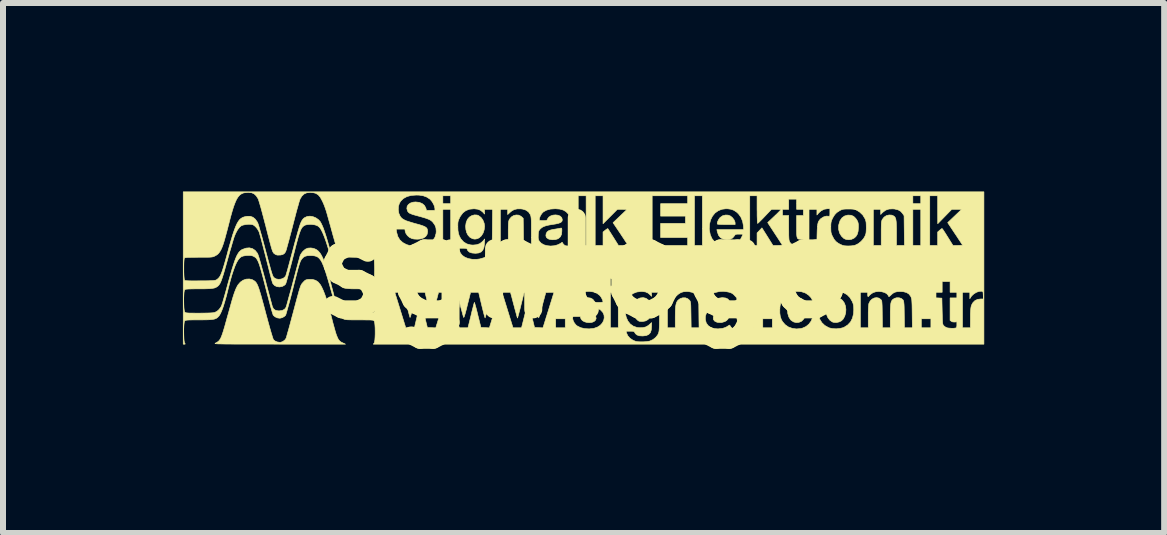
<source format=kicad_pcb>
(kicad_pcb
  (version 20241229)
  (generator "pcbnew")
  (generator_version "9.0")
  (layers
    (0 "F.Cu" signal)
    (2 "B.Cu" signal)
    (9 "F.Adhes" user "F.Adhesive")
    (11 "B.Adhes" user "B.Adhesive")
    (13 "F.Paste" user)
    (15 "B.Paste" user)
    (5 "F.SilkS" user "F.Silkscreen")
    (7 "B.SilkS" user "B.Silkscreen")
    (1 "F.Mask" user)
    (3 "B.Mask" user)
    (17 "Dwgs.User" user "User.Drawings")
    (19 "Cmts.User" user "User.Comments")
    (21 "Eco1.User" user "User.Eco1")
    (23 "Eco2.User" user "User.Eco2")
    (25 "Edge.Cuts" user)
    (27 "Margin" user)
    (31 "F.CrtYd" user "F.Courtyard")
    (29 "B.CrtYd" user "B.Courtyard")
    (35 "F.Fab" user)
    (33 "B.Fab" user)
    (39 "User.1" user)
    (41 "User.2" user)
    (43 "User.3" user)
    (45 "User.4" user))
  (footprint "sgnlogo"
    (layer "F.Cu")
    (at 6.675 1.418)
    (property "Reference" "sgnlogo" (at 0 0 0) (layer "F.SilkS") (effects (font (size 1.524 1.524) (thickness 0.3))))
    (attr through_hole)
    (fp_poly (pts (xy 2.415 -0.881) (xy 2.452 -0.867) (xy 2.486 -0.839) (xy 2.513 -0.804) (xy 2.529 -0.766) (xy 2.531 -0.748) (xy 2.531 -0.724) (xy 2.385 -0.724) (xy 2.335 -0.725) (xy 2.292 -0.726) (xy 2.258 -0.728) (xy 2.239 -0.731) (xy 2.235 -0.732) (xy 2.233 -0.75) (xy 2.241 -0.777) (xy 2.256 -0.808) (xy 2.275 -0.835) (xy 2.282 -0.842) (xy 2.323 -0.871) (xy 2.372 -0.883) (xy 2.415 -0.881)) (stroke (width 0.01) (type solid)) (fill yes) (layer "F.SilkS"))
    (fp_poly (pts (xy 4.257 0.501) (xy 4.302 0.523) (xy 4.321 0.54) (xy 4.352 0.583) (xy 4.371 0.635) (xy 4.378 0.692) (xy 4.374 0.75) (xy 4.358 0.805) (xy 4.332 0.852) (xy 4.304 0.88) (xy 4.266 0.899) (xy 4.222 0.909) (xy 4.178 0.907) (xy 4.153 0.9) (xy 4.11 0.87) (xy 4.077 0.827) (xy 4.055 0.774) (xy 4.045 0.714) (xy 4.049 0.652) (xy 4.06 0.609) (xy 4.085 0.561) (xy 4.12 0.526) (xy 4.163 0.503) (xy 4.21 0.495) (xy 4.257 0.501)) (stroke (width 0.01) (type solid)) (fill yes) (layer "F.SilkS"))
    (fp_poly (pts (xy 1.044 0.505) (xy 1.082 0.531) (xy 1.111 0.571) (xy 1.13 0.622) (xy 1.137 0.685) (xy 1.137 0.707) (xy 1.127 0.774) (xy 1.108 0.825) (xy 1.077 0.861) (xy 1.036 0.883) (xy 0.993 0.891) (xy 0.961 0.891) (xy 0.935 0.888) (xy 0.926 0.885) (xy 0.901 0.867) (xy 0.874 0.838) (xy 0.851 0.805) (xy 0.838 0.774) (xy 0.828 0.712) (xy 0.83 0.653) (xy 0.845 0.599) (xy 0.87 0.553) (xy 0.905 0.519) (xy 0.946 0.5) (xy 0.998 0.494) (xy 1.044 0.505)) (stroke (width 0.01) (type solid)) (fill yes) (layer "F.SilkS"))
    (fp_poly (pts (xy 2.436 0.712) (xy 2.437 0.727) (xy 2.435 0.756) (xy 2.434 0.765) (xy 2.427 0.815) (xy 2.412 0.851) (xy 2.388 0.877) (xy 2.358 0.894) (xy 2.302 0.91) (xy 2.243 0.907) (xy 2.223 0.902) (xy 2.188 0.884) (xy 2.169 0.857) (xy 2.167 0.823) (xy 2.177 0.791) (xy 2.191 0.773) (xy 2.211 0.758) (xy 2.241 0.747) (xy 2.284 0.737) (xy 2.325 0.73) (xy 2.363 0.723) (xy 2.396 0.717) (xy 2.418 0.711) (xy 2.421 0.71) (xy 2.431 0.707) (xy 2.436 0.712)) (stroke (width 0.01) (type solid)) (fill yes) (layer "F.SilkS"))
    (fp_poly (pts (xy -1.772 -0.883) (xy -1.747 -0.874) (xy -1.706 -0.843) (xy -1.674 -0.799) (xy -1.653 -0.746) (xy -1.646 -0.695) (xy -1.653 -0.636) (xy -1.671 -0.582) (xy -1.699 -0.537) (xy -1.735 -0.504) (xy -1.767 -0.489) (xy -1.794 -0.483) (xy -1.813 -0.482) (xy -1.835 -0.486) (xy -1.85 -0.49) (xy -1.889 -0.511) (xy -1.921 -0.545) (xy -1.945 -0.591) (xy -1.958 -0.643) (xy -1.962 -0.698) (xy -1.954 -0.754) (xy -1.934 -0.806) (xy -1.93 -0.813) (xy -1.9 -0.848) (xy -1.861 -0.872) (xy -1.816 -0.885) (xy -1.772 -0.883)) (stroke (width 0.01) (type solid)) (fill yes) (layer "F.SilkS"))
    (fp_poly (pts (xy -0.361 -0.662) (xy -0.358 -0.646) (xy -0.358 -0.615) (xy -0.358 -0.615) (xy -0.363 -0.562) (xy -0.382 -0.521) (xy -0.414 -0.493) (xy -0.426 -0.486) (xy -0.467 -0.474) (xy -0.516 -0.471) (xy -0.562 -0.478) (xy -0.581 -0.484) (xy -0.611 -0.505) (xy -0.624 -0.535) (xy -0.62 -0.571) (xy -0.616 -0.579) (xy -0.603 -0.602) (xy -0.582 -0.619) (xy -0.55 -0.632) (xy -0.504 -0.643) (xy -0.47 -0.648) (xy -0.433 -0.654) (xy -0.401 -0.66) (xy -0.38 -0.664) (xy -0.379 -0.664) (xy -0.367 -0.666) (xy -0.361 -0.662)) (stroke (width 0.01) (type solid)) (fill yes) (layer "F.SilkS"))
    (fp_poly (pts (xy 4.465 -0.879) (xy 4.507 -0.861) (xy 4.542 -0.827) (xy 4.558 -0.804) (xy 4.572 -0.78) (xy 4.58 -0.758) (xy 4.585 -0.733) (xy 4.586 -0.699) (xy 4.586 -0.678) (xy 4.582 -0.614) (xy 4.568 -0.563) (xy 4.544 -0.524) (xy 4.514 -0.498) (xy 4.474 -0.479) (xy 4.428 -0.471) (xy 4.382 -0.476) (xy 4.346 -0.491) (xy 4.304 -0.531) (xy 4.273 -0.582) (xy 4.257 -0.641) (xy 4.256 -0.703) (xy 4.261 -0.728) (xy 4.281 -0.79) (xy 4.313 -0.836) (xy 4.354 -0.866) (xy 4.406 -0.881) (xy 4.414 -0.882) (xy 4.465 -0.879)) (stroke (width 0.01) (type solid)) (fill yes) (layer "F.SilkS"))
    (fp_poly (pts (xy -5.518 0.195) (xy -5.481 0.217) (xy -5.468 0.228) (xy -5.456 0.242) (xy -5.445 0.259) (xy -5.433 0.282) (xy -5.421 0.311) (xy -5.407 0.35) (xy -5.392 0.398) (xy -5.374 0.458) (xy -5.354 0.531) (xy -5.33 0.618) (xy -5.302 0.723) (xy -5.297 0.743) (xy -5.273 0.831) (xy -5.251 0.913) (xy -5.23 0.988) (xy -5.211 1.055) (xy -5.194 1.111) (xy -5.181 1.154) (xy -5.171 1.183) (xy -5.166 1.195) (xy -5.14 1.217) (xy -5.103 1.233) (xy -5.063 1.239) (xy -5.043 1.238) (xy -5.008 1.225) (xy -4.975 1.199) (xy -4.957 1.174) (xy -4.952 1.162) (xy -4.944 1.133) (xy -4.932 1.09) (xy -4.916 1.035) (xy -4.898 0.97) (xy -4.878 0.896) (xy -4.857 0.816) (xy -4.844 0.769) (xy -4.816 0.664) (xy -4.792 0.574) (xy -4.772 0.5) (xy -4.755 0.439) (xy -4.742 0.391) (xy -4.73 0.352) (xy -4.72 0.322) (xy -4.712 0.299) (xy -4.704 0.282) (xy -4.696 0.268) (xy -4.688 0.257) (xy -4.679 0.247) (xy -4.67 0.237) (xy -4.647 0.213) (xy -4.628 0.2) (xy -4.605 0.193) (xy -4.575 0.19) (xy -4.513 0.191) (xy -4.462 0.206) (xy -4.419 0.235) (xy -4.382 0.281) (xy -4.361 0.319) (xy -4.337 0.371) (xy -4.313 0.431) (xy -4.288 0.502) (xy -4.263 0.585) (xy -4.235 0.683) (xy -4.205 0.797) (xy -4.2 0.814) (xy -4.176 0.91) (xy -4.154 0.989) (xy -4.136 1.054) (xy -4.12 1.106) (xy -4.104 1.146) (xy -4.09 1.178) (xy -4.075 1.201) (xy -4.059 1.219) (xy -4.041 1.233) (xy -4.02 1.244) (xy -4.013 1.247) (xy -3.965 1.27) (xy -5.066 1.27) (xy -5.233 1.269) (xy -5.382 1.269) (xy -5.514 1.269) (xy -5.631 1.269) (xy -5.732 1.269) (xy -5.82 1.269) (xy -5.894 1.268) (xy -5.957 1.268) (xy -6.008 1.267) (xy -6.049 1.266) (xy -6.082 1.266) (xy -6.106 1.264) (xy -6.123 1.263) (xy -6.133 1.262) (xy -6.139 1.26) (xy -6.14 1.258) (xy -6.138 1.255) (xy -6.134 1.253) (xy -6.13 1.251) (xy -6.109 1.24) (xy -6.091 1.228) (xy -6.075 1.214) (xy -6.061 1.196) (xy -6.046 1.172) (xy -6.032 1.14) (xy -6.017 1.099) (xy -6 1.047) (xy -5.981 0.983) (xy -5.959 0.904) (xy -5.933 0.81) (xy -5.923 0.776) (xy -5.895 0.675) (xy -5.871 0.589) (xy -5.851 0.518) (xy -5.833 0.46) (xy -5.817 0.412) (xy -5.802 0.373) (xy -5.789 0.341) (xy -5.775 0.313) (xy -5.761 0.288) (xy -5.756 0.28) (xy -5.718 0.236) (xy -5.672 0.204) (xy -5.621 0.186) (xy -5.568 0.183) (xy -5.518 0.195)) (stroke (width 0.01) (type solid)) (fill yes) (layer "F.SilkS"))
    (fp_poly (pts (xy 6.679 1.27) (xy -3.501 1.27) (xy -3.486 1.249) (xy -3.48 1.23) (xy -3.475 1.197) (xy -3.472 1.153) (xy -3.47 1.102) (xy -3.47 1.049) (xy -3.471 0.997) (xy -3.474 0.951) (xy -3.478 0.914) (xy -3.484 0.89) (xy -3.486 0.886) (xy -3.491 0.88) (xy -3.497 0.875) (xy -3.507 0.871) (xy -3.524 0.869) (xy -3.548 0.867) (xy -3.583 0.866) (xy -3.631 0.866) (xy -3.695 0.865) (xy -3.733 0.865) (xy -3.806 0.865) (xy -3.862 0.865) (xy -3.905 0.864) (xy -3.936 0.863) (xy -3.96 0.86) (xy -3.977 0.857) (xy -3.991 0.852) (xy -4.005 0.846) (xy -4.008 0.844) (xy -4.026 0.834) (xy -4.043 0.823) (xy -4.057 0.809) (xy -4.071 0.79) (xy -4.084 0.765) (xy -4.098 0.732) (xy -4.114 0.689) (xy -4.131 0.635) (xy -4.151 0.567) (xy -4.174 0.485) (xy -4.199 0.395) (xy -4.233 0.275) (xy -4.263 0.172) (xy -4.29 0.085) (xy -4.314 0.012) (xy -4.337 -0.047) (xy -4.358 -0.095) (xy -4.38 -0.133) (xy -4.403 -0.161) (xy -4.426 -0.181) (xy -4.452 -0.194) (xy -4.481 -0.202) (xy -4.513 -0.206) (xy -4.55 -0.207) (xy -4.55 -0.207) (xy -4.6 -0.205) (xy -4.636 -0.196) (xy -4.665 -0.18) (xy -4.691 -0.153) (xy -4.694 -0.149) (xy -4.702 -0.138) (xy -4.709 -0.126) (xy -4.717 -0.111) (xy -4.724 -0.092) (xy -4.733 -0.067) (xy -4.743 -0.035) (xy -4.755 0.007) (xy -4.769 0.06) (xy -4.786 0.125) (xy -4.807 0.205) (xy -4.831 0.3) (xy -4.844 0.353) (xy -4.866 0.439) (xy -4.887 0.52) (xy -4.907 0.593) (xy -4.925 0.658) (xy -4.94 0.712) (xy -4.952 0.753) (xy -4.96 0.78) (xy -4.964 0.789) (xy -4.987 0.81) (xy -5.02 0.828) (xy -5.056 0.837) (xy -5.066 0.837) (xy -5.103 0.831) (xy -5.139 0.814) (xy -5.166 0.791) (xy -5.17 0.786) (xy -5.175 0.773) (xy -5.185 0.742) (xy -5.198 0.698) (xy -5.214 0.641) (xy -5.232 0.573) (xy -5.252 0.497) (xy -5.274 0.415) (xy -5.292 0.343) (xy -5.32 0.234) (xy -5.344 0.141) (xy -5.365 0.064) (xy -5.383 0.001) (xy -5.399 -0.051) (xy -5.414 -0.092) (xy -5.428 -0.123) (xy -5.442 -0.147) (xy -5.456 -0.166) (xy -5.472 -0.179) (xy -5.489 -0.19) (xy -5.508 -0.199) (xy -5.513 -0.201) (xy -5.542 -0.208) (xy -5.583 -0.209) (xy -5.627 -0.207) (xy -5.667 -0.2) (xy -5.697 -0.19) (xy -5.698 -0.19) (xy -5.726 -0.169) (xy -5.753 -0.137) (xy -5.78 -0.092) (xy -5.806 -0.034) (xy -5.833 0.039) (xy -5.862 0.127) (xy -5.891 0.232) (xy -5.922 0.353) (xy -5.95 0.465) (xy -5.978 0.563) (xy -6.003 0.645) (xy -6.028 0.712) (xy -6.05 0.762) (xy -6.07 0.794) (xy -6.07 0.795) (xy -6.088 0.815) (xy -6.106 0.831) (xy -6.126 0.843) (xy -6.151 0.852) (xy -6.183 0.858) (xy -6.225 0.862) (xy -6.279 0.864) (xy -6.348 0.865) (xy -6.403 0.865) (xy -6.476 0.865) (xy -6.533 0.866) (xy -6.575 0.867) (xy -6.605 0.869) (xy -6.625 0.872) (xy -6.638 0.875) (xy -6.645 0.88) (xy -6.646 0.88) (xy -6.652 0.896) (xy -6.656 0.926) (xy -6.66 0.968) (xy -6.662 1.017) (xy -6.662 1.069) (xy -6.661 1.122) (xy -6.659 1.171) (xy -6.656 1.212) (xy -6.651 1.241) (xy -6.646 1.255) (xy -6.636 1.266) (xy -6.643 1.27) (xy -6.65 1.27) (xy -6.67 1.27) (xy -6.67 0.553) (xy -6.662 0.553) (xy -6.661 0.605) (xy -6.659 0.653) (xy -6.655 0.694) (xy -6.65 0.723) (xy -6.645 0.735) (xy -6.639 0.741) (xy -6.629 0.745) (xy -6.615 0.748) (xy -6.592 0.75) (xy -6.56 0.752) (xy -6.515 0.752) (xy -6.455 0.753) (xy -6.407 0.753) (xy -6.333 0.752) (xy -6.268 0.751) (xy -6.213 0.749) (xy -6.173 0.746) (xy -6.149 0.742) (xy -6.148 0.742) (xy -6.108 0.723) (xy -6.071 0.69) (xy -6.041 0.648) (xy -6.028 0.62) (xy -6.022 0.601) (xy -6.011 0.567) (xy -5.997 0.519) (xy -5.98 0.46) (xy -5.961 0.393) (xy -5.941 0.319) (xy -5.922 0.249) (xy -5.89 0.137) (xy -5.863 0.041) (xy -5.838 -0.039) (xy -5.816 -0.106) (xy -5.796 -0.161) (xy -5.777 -0.204) (xy -5.758 -0.238) (xy -5.74 -0.265) (xy -5.72 -0.285) (xy -5.7 -0.301) (xy -5.685 -0.309) (xy -5.624 -0.331) (xy -5.568 -0.336) (xy -5.516 -0.323) (xy -5.471 -0.293) (xy -5.434 -0.247) (xy -5.427 -0.233) (xy -5.421 -0.216) (xy -5.41 -0.184) (xy -5.396 -0.137) (xy -5.379 -0.078) (xy -5.36 -0.009) (xy -5.339 0.068) (xy -5.316 0.151) (xy -5.3 0.21) (xy -5.278 0.295) (xy -5.256 0.376) (xy -5.236 0.45) (xy -5.219 0.515) (xy -5.204 0.569) (xy -5.193 0.611) (xy -5.185 0.638) (xy -5.183 0.647) (xy -5.164 0.682) (xy -5.134 0.704) (xy -5.091 0.714) (xy -5.071 0.715) (xy -5.019 0.708) (xy -4.981 0.688) (xy -4.958 0.659) (xy -4.954 0.647) (xy -4.945 0.619) (xy -4.933 0.576) (xy -4.918 0.52) (xy -4.9 0.454) (xy -4.879 0.38) (xy -4.857 0.299) (xy -4.84 0.234) (xy -4.817 0.149) (xy -4.796 0.068) (xy -4.776 -0.006) (xy -4.758 -0.072) (xy -4.743 -0.127) (xy -4.731 -0.169) (xy -4.724 -0.197) (xy -4.721 -0.206) (xy -4.709 -0.231) (xy -4.688 -0.261) (xy -4.673 -0.279) (xy -4.634 -0.313) (xy -4.592 -0.331) (xy -4.543 -0.334) (xy -4.509 -0.329) (xy -4.476 -0.319) (xy -4.446 -0.304) (xy -4.418 -0.282) (xy -4.391 -0.251) (xy -4.366 -0.211) (xy -4.341 -0.16) (xy -4.315 -0.097) (xy -4.289 -0.02) (xy -4.261 0.071) (xy -4.231 0.177) (xy -4.198 0.302) (xy -4.196 0.31) (xy -4.172 0.4) (xy -4.153 0.474) (xy -4.136 0.533) (xy -4.122 0.579) (xy -4.109 0.615) (xy -4.097 0.643) (xy -4.086 0.664) (xy -4.074 0.681) (xy -4.062 0.694) (xy -4.043 0.711) (xy -4.024 0.725) (xy -4.004 0.735) (xy -3.979 0.742) (xy -3.946 0.747) (xy -3.904 0.75) (xy -3.85 0.752) (xy -3.781 0.753) (xy -3.735 0.753) (xy -3.664 0.753) (xy -3.609 0.752) (xy -3.568 0.751) (xy -3.539 0.75) (xy -3.519 0.748) (xy -3.506 0.744) (xy -3.497 0.74) (xy -3.49 0.734) (xy -3.483 0.726) (xy -3.478 0.715) (xy -3.475 0.699) (xy -3.473 0.675) (xy -3.472 0.639) (xy -3.471 0.589) (xy -3.471 0.552) (xy -3.472 0.49) (xy -3.473 0.444) (xy -3.475 0.414) (xy -3.14 0.414) (xy -3.14 0.416) (xy -3.136 0.428) (xy -3.128 0.455) (xy -3.115 0.496) (xy -3.099 0.548) (xy -3.08 0.609) (xy -3.059 0.677) (xy -3.048 0.713) (xy -2.96 0.997) (xy -2.816 0.997) (xy -2.766 0.786) (xy -2.751 0.725) (xy -2.738 0.672) (xy -2.726 0.628) (xy -2.717 0.595) (xy -2.711 0.577) (xy -2.71 0.574) (xy -2.706 0.583) (xy -2.699 0.607) (xy -2.688 0.645) (xy -2.675 0.693) (xy -2.661 0.749) (xy -2.652 0.783) (xy -2.6 0.992) (xy -2.53 0.995) (xy -2.46 0.998) (xy -2.372 0.713) (xy -2.35 0.643) (xy -2.33 0.578) (xy -2.312 0.521) (xy -2.297 0.474) (xy -2.287 0.44) (xy -2.28 0.42) (xy -2.279 0.416) (xy -2.28 0.414) (xy -2.246 0.414) (xy -2.246 0.416) (xy -2.242 0.428) (xy -2.234 0.455) (xy -2.221 0.496) (xy -2.205 0.548) (xy -2.186 0.609) (xy -2.165 0.677) (xy -2.154 0.713) (xy -2.066 0.997) (xy -1.923 0.997) (xy -1.871 0.786) (xy -1.857 0.725) (xy -1.843 0.672) (xy -1.832 0.628) (xy -1.823 0.595) (xy -1.817 0.577) (xy -1.815 0.574) (xy -1.812 0.583) (xy -1.805 0.607) (xy -1.794 0.645) (xy -1.781 0.693) (xy -1.767 0.749) (xy -1.759 0.783) (xy -1.707 0.992) (xy -1.566 0.998) (xy -1.478 0.713) (xy -1.456 0.643) (xy -1.436 0.578) (xy -1.418 0.521) (xy -1.404 0.474) (xy -1.393 0.44) (xy -1.386 0.42) (xy -1.385 0.416) (xy -1.386 0.413) (xy -1.353 0.413) (xy -1.352 0.416) (xy -1.348 0.428) (xy -1.34 0.455) (xy -1.327 0.496) (xy -1.311 0.548) (xy -1.292 0.609) (xy -1.271 0.677) (xy -1.26 0.713) (xy -1.172 0.997) (xy -1.03 0.997) (xy -0.979 0.793) (xy -0.964 0.733) (xy -0.951 0.679) (xy -0.939 0.634) (xy -0.93 0.601) (xy -0.925 0.582) (xy -0.923 0.579) (xy -0.92 0.585) (xy -0.912 0.607) (xy -0.902 0.642) (xy -0.889 0.689) (xy -0.875 0.744) (xy -0.865 0.781) (xy -0.813 0.992) (xy -0.743 0.995) (xy -0.673 0.998) (xy -0.626 0.847) (xy -0.461 0.847) (xy -0.461 0.997) (xy -0.301 0.997) (xy -0.301 0.847) (xy -0.461 0.847) (xy -0.626 0.847) (xy -0.622 0.834) (xy -0.179 0.834) (xy -0.171 0.872) (xy -0.152 0.912) (xy -0.124 0.948) (xy -0.102 0.966) (xy -0.044 0.995) (xy 0.024 1.011) (xy 0.099 1.015) (xy 0.174 1.007) (xy 0.177 1.006) (xy 0.235 0.986) (xy 0.282 0.956) (xy 0.317 0.918) (xy 0.34 0.875) (xy 0.349 0.829) (xy 0.345 0.783) (xy 0.325 0.739) (xy 0.289 0.701) (xy 0.275 0.691) (xy 0.255 0.681) (xy 0.221 0.668) (xy 0.177 0.655) (xy 0.129 0.642) (xy 0.126 0.641) (xy 0.069 0.627) (xy 0.029 0.614) (xy 0.002 0.602) (xy -0.016 0.591) (xy -0.017 0.589) (xy -0.034 0.564) (xy -0.033 0.54) (xy -0.018 0.519) (xy 0.011 0.504) (xy 0.052 0.495) (xy 0.077 0.495) (xy 0.123 0.502) (xy 0.159 0.522) (xy 0.181 0.551) (xy 0.188 0.563) (xy 0.198 0.57) (xy 0.216 0.573) (xy 0.247 0.574) (xy 0.26 0.574) (xy 0.297 0.573) (xy 0.321 0.569) (xy 0.329 0.564) (xy 0.324 0.542) (xy 0.311 0.512) (xy 0.293 0.481) (xy 0.275 0.458) (xy 0.228 0.422) (xy 0.183 0.405) (xy 0.452 0.405) (xy 0.452 0.997) (xy 0.583 0.997) (xy 0.583 0.668) (xy 0.698 0.668) (xy 0.7 0.75) (xy 0.716 0.823) (xy 0.744 0.885) (xy 0.783 0.934) (xy 0.834 0.97) (xy 0.894 0.991) (xy 0.932 0.996) (xy 0.991 0.995) (xy 1.04 0.983) (xy 1.082 0.96) (xy 1.102 0.943) (xy 1.138 0.91) (xy 1.138 0.974) (xy 1.133 1.033) (xy 1.118 1.078) (xy 1.09 1.108) (xy 1.05 1.126) (xy 0.995 1.133) (xy 0.987 1.133) (xy 0.934 1.13) (xy 0.896 1.117) (xy 0.869 1.095) (xy 0.86 1.08) (xy 0.851 1.066) (xy 0.841 1.058) (xy 0.824 1.055) (xy 0.794 1.054) (xy 0.78 1.054) (xy 0.713 1.054) (xy 0.719 1.079) (xy 0.741 1.129) (xy 0.778 1.171) (xy 0.829 1.205) (xy 0.875 1.224) (xy 0.906 1.229) (xy 0.949 1.231) (xy 0.998 1.231) (xy 1.047 1.228) (xy 1.089 1.222) (xy 1.109 1.218) (xy 1.161 1.194) (xy 1.207 1.158) (xy 1.241 1.115) (xy 1.255 1.084) (xy 1.259 1.069) (xy 1.263 1.05) (xy 1.265 1.025) (xy 1.267 0.991) (xy 1.269 0.946) (xy 1.269 0.889) (xy 1.27 0.818) (xy 1.27 0.729) (xy 1.27 0.405) (xy 1.402 0.405) (xy 1.402 0.997) (xy 1.533 0.997) (xy 1.533 0.823) (xy 1.534 0.745) (xy 1.536 0.684) (xy 1.54 0.637) (xy 1.547 0.6) (xy 1.556 0.572) (xy 1.569 0.55) (xy 1.58 0.537) (xy 1.616 0.51) (xy 1.658 0.497) (xy 1.702 0.497) (xy 1.741 0.512) (xy 1.772 0.539) (xy 1.779 0.549) (xy 1.784 0.56) (xy 1.787 0.576) (xy 1.79 0.598) (xy 1.792 0.629) (xy 1.793 0.673) (xy 1.794 0.731) (xy 1.795 0.781) (xy 1.798 0.997) (xy 1.93 0.997) (xy 1.928 0.858) (xy 2.034 0.858) (xy 2.048 0.91) (xy 2.051 0.919) (xy 2.082 0.961) (xy 2.126 0.992) (xy 2.181 1.01) (xy 2.246 1.015) (xy 2.318 1.007) (xy 2.323 1.006) (xy 2.359 0.995) (xy 2.394 0.979) (xy 2.404 0.972) (xy 2.425 0.959) (xy 2.439 0.952) (xy 2.44 0.952) (xy 2.46 0.982) (xy 2.475 0.999) (xy 2.49 1.008) (xy 2.507 1.012) (xy 2.538 1.014) (xy 2.574 1.013) (xy 2.582 1.012) (xy 2.625 1.005) (xy 2.625 0.959) (xy 2.624 0.931) (xy 2.62 0.918) (xy 2.61 0.913) (xy 2.601 0.913) (xy 2.588 0.911) (xy 2.577 0.903) (xy 2.57 0.888) (xy 2.565 0.864) (xy 2.561 0.827) (xy 2.56 0.777) (xy 2.559 0.712) (xy 2.559 0.682) (xy 2.559 0.499) (xy 2.529 0.466) (xy 2.501 0.437) (xy 2.471 0.418) (xy 2.433 0.404) (xy 2.387 0.395) (xy 2.336 0.389) (xy 2.285 0.391) (xy 2.256 0.395) (xy 2.186 0.412) (xy 2.131 0.441) (xy 2.091 0.48) (xy 2.065 0.532) (xy 2.06 0.551) (xy 2.053 0.583) (xy 2.12 0.583) (xy 2.155 0.583) (xy 2.176 0.58) (xy 2.188 0.574) (xy 2.197 0.562) (xy 2.201 0.552) (xy 2.224 0.522) (xy 2.261 0.503) (xy 2.311 0.495) (xy 2.326 0.495) (xy 2.376 0.501) (xy 2.411 0.518) (xy 2.432 0.544) (xy 2.436 0.58) (xy 2.433 0.597) (xy 2.426 0.612) (xy 2.41 0.624) (xy 2.385 0.634) (xy 2.347 0.643) (xy 2.293 0.652) (xy 2.274 0.655) (xy 2.21 0.665) (xy 2.161 0.676) (xy 2.124 0.689) (xy 2.095 0.706) (xy 2.08 0.718) (xy 2.051 0.757) (xy 2.035 0.805) (xy 2.034 0.858) (xy 1.928 0.858) (xy 1.927 0.754) (xy 1.924 0.511) (xy 1.898 0.472) (xy 1.862 0.432) (xy 1.817 0.406) (xy 1.76 0.394) (xy 1.726 0.392) (xy 1.671 0.396) (xy 1.626 0.41) (xy 1.585 0.436) (xy 1.564 0.454) (xy 1.533 0.483) (xy 1.533 0.405) (xy 1.402 0.405) (xy 1.27 0.405) (xy 1.138 0.405) (xy 1.138 0.473) (xy 1.116 0.449) (xy 1.079 0.418) (xy 1.037 0.399) (xy 0.983 0.392) (xy 0.964 0.391) (xy 0.893 0.4) (xy 0.832 0.424) (xy 0.78 0.463) (xy 0.74 0.515) (xy 0.713 0.58) (xy 0.699 0.657) (xy 0.698 0.668) (xy 0.583 0.668) (xy 0.583 0.405) (xy 0.452 0.405) (xy 0.183 0.405) (xy 0.169 0.399) (xy 0.1 0.39) (xy 0.022 0.394) (xy 0.015 0.395) (xy -0.054 0.412) (xy -0.106 0.438) (xy -0.143 0.475) (xy -0.163 0.521) (xy -0.167 0.542) (xy -0.167 0.59) (xy -0.154 0.632) (xy -0.127 0.667) (xy -0.085 0.696) (xy -0.027 0.721) (xy 0.049 0.743) (xy 0.094 0.752) (xy 0.147 0.767) (xy 0.185 0.788) (xy 0.208 0.812) (xy 0.214 0.841) (xy 0.203 0.87) (xy 0.178 0.893) (xy 0.142 0.907) (xy 0.1 0.911) (xy 0.056 0.907) (xy 0.016 0.895) (xy -0.017 0.875) (xy -0.038 0.848) (xy -0.041 0.84) (xy -0.05 0.809) (xy -0.114 0.809) (xy -0.148 0.809) (xy -0.167 0.811) (xy -0.176 0.817) (xy -0.179 0.827) (xy -0.179 0.834) (xy -0.622 0.834) (xy -0.584 0.713) (xy -0.562 0.643) (xy -0.542 0.578) (xy -0.524 0.521) (xy -0.51 0.474) (xy -0.499 0.44) (xy -0.493 0.42) (xy -0.491 0.416) (xy -0.493 0.41) (xy -0.507 0.406) (xy -0.534 0.406) (xy -0.556 0.406) (xy -0.625 0.409) (xy -0.682 0.618) (xy -0.698 0.678) (xy -0.713 0.731) (xy -0.726 0.776) (xy -0.736 0.809) (xy -0.742 0.828) (xy -0.744 0.831) (xy -0.747 0.824) (xy -0.754 0.801) (xy -0.764 0.764) (xy -0.776 0.716) (xy -0.79 0.66) (xy -0.8 0.62) (xy -0.851 0.405) (xy -0.986 0.405) (xy -1.04 0.621) (xy -1.055 0.682) (xy -1.069 0.735) (xy -1.081 0.78) (xy -1.09 0.812) (xy -1.096 0.831) (xy -1.098 0.834) (xy -1.101 0.824) (xy -1.109 0.799) (xy -1.119 0.761) (xy -1.132 0.714) (xy -1.147 0.659) (xy -1.148 0.653) (xy -1.164 0.595) (xy -1.178 0.541) (xy -1.19 0.495) (xy -1.199 0.46) (xy -1.205 0.44) (xy -1.205 0.44) (xy -1.214 0.405) (xy -1.285 0.405) (xy -1.323 0.405) (xy -1.345 0.408) (xy -1.353 0.413) (xy -1.386 0.413) (xy -1.387 0.41) (xy -1.4 0.406) (xy -1.428 0.406) (xy -1.45 0.406) (xy -1.519 0.409) (xy -1.576 0.618) (xy -1.592 0.678) (xy -1.607 0.731) (xy -1.62 0.776) (xy -1.63 0.809) (xy -1.636 0.828) (xy -1.637 0.832) (xy -1.641 0.824) (xy -1.648 0.801) (xy -1.658 0.764) (xy -1.67 0.717) (xy -1.684 0.661) (xy -1.694 0.62) (xy -1.745 0.405) (xy -1.879 0.405) (xy -1.934 0.623) (xy -1.952 0.696) (xy -1.967 0.752) (xy -1.979 0.791) (xy -1.987 0.815) (xy -1.993 0.824) (xy -1.996 0.823) (xy -2 0.808) (xy -2.009 0.779) (xy -2.02 0.737) (xy -2.034 0.686) (xy -2.049 0.63) (xy -2.051 0.621) (xy -2.066 0.564) (xy -2.079 0.513) (xy -2.091 0.47) (xy -2.099 0.439) (xy -2.103 0.422) (xy -2.104 0.421) (xy -2.109 0.412) (xy -2.122 0.407) (xy -2.146 0.405) (xy -2.179 0.405) (xy -2.217 0.405) (xy -2.239 0.408) (xy -2.246 0.414) (xy -2.28 0.414) (xy -2.282 0.41) (xy -2.298 0.406) (xy -2.33 0.405) (xy -2.344 0.405) (xy -2.413 0.405) (xy -2.468 0.614) (xy -2.485 0.674) (xy -2.499 0.728) (xy -2.512 0.773) (xy -2.522 0.807) (xy -2.528 0.826) (xy -2.53 0.83) (xy -2.534 0.823) (xy -2.541 0.801) (xy -2.551 0.765) (xy -2.564 0.717) (xy -2.578 0.661) (xy -2.587 0.621) (xy -2.639 0.405) (xy -2.706 0.405) (xy -2.773 0.405) (xy -2.828 0.62) (xy -2.844 0.68) (xy -2.858 0.733) (xy -2.871 0.775) (xy -2.881 0.806) (xy -2.887 0.823) (xy -2.889 0.825) (xy -2.893 0.813) (xy -2.901 0.785) (xy -2.912 0.745) (xy -2.925 0.696) (xy -2.94 0.64) (xy -2.944 0.626) (xy -2.959 0.568) (xy -2.972 0.516) (xy -2.984 0.472) (xy -2.992 0.44) (xy -2.997 0.423) (xy -2.997 0.421) (xy -3.003 0.412) (xy -3.016 0.407) (xy -3.04 0.405) (xy -3.073 0.405) (xy -3.111 0.405) (xy -3.133 0.408) (xy -3.14 0.414) (xy -3.475 0.414) (xy -3.475 0.412) (xy -3.478 0.389) (xy -3.483 0.375) (xy -3.486 0.369) (xy -3.491 0.362) (xy -3.498 0.357) (xy -3.508 0.354) (xy -3.525 0.351) (xy -3.55 0.349) (xy -3.586 0.349) (xy -3.636 0.348) (xy -3.701 0.348) (xy -3.722 0.348) (xy -3.803 0.348) (xy -3.867 0.347) (xy -3.918 0.344) (xy -3.957 0.34) (xy -3.987 0.334) (xy -4.011 0.325) (xy -4.031 0.313) (xy -4.049 0.297) (xy -4.056 0.29) (xy -4.069 0.276) (xy -4.081 0.259) (xy -4.093 0.237) (xy -4.104 0.209) (xy -4.117 0.172) (xy -4.131 0.125) (xy -4.147 0.065) (xy -4.167 -0.009) (xy -4.186 -0.085) (xy -4.22 -0.215) (xy -4.254 -0.331) (xy -4.286 -0.432) (xy -4.317 -0.519) (xy -4.346 -0.589) (xy -4.373 -0.642) (xy -4.398 -0.677) (xy -4.4 -0.679) (xy -4.432 -0.704) (xy -4.474 -0.719) (xy -4.528 -0.726) (xy -4.554 -0.727) (xy -4.6 -0.724) (xy -4.634 -0.716) (xy -4.649 -0.709) (xy -4.664 -0.699) (xy -4.677 -0.688) (xy -4.69 -0.673) (xy -4.702 -0.654) (xy -4.714 -0.629) (xy -4.727 -0.595) (xy -4.741 -0.553) (xy -4.757 -0.499) (xy -4.775 -0.433) (xy -4.797 -0.352) (xy -4.821 -0.256) (xy -4.841 -0.179) (xy -4.863 -0.092) (xy -4.885 -0.01) (xy -4.905 0.065) (xy -4.923 0.131) (xy -4.938 0.187) (xy -4.95 0.229) (xy -4.959 0.257) (xy -4.963 0.268) (xy -4.981 0.286) (xy -5.008 0.302) (xy -5.016 0.306) (xy -5.063 0.316) (xy -5.107 0.311) (xy -5.146 0.293) (xy -5.174 0.263) (xy -5.182 0.247) (xy -5.186 0.233) (xy -5.195 0.202) (xy -5.207 0.157) (xy -5.222 0.1) (xy -5.239 0.033) (xy -5.258 -0.043) (xy -5.279 -0.124) (xy -5.291 -0.174) (xy -5.313 -0.259) (xy -5.334 -0.339) (xy -5.353 -0.413) (xy -5.37 -0.478) (xy -5.385 -0.532) (xy -5.397 -0.573) (xy -5.405 -0.6) (xy -5.408 -0.607) (xy -5.435 -0.654) (xy -5.468 -0.692) (xy -5.501 -0.717) (xy -5.508 -0.72) (xy -5.541 -0.728) (xy -5.585 -0.729) (xy -5.631 -0.724) (xy -5.674 -0.715) (xy -5.702 -0.704) (xy -5.734 -0.677) (xy -5.766 -0.634) (xy -5.797 -0.576) (xy -5.818 -0.525) (xy -5.826 -0.501) (xy -5.838 -0.462) (xy -5.854 -0.409) (xy -5.872 -0.346) (xy -5.893 -0.276) (xy -5.914 -0.2) (xy -5.931 -0.139) (xy -5.958 -0.043) (xy -5.981 0.038) (xy -6 0.103) (xy -6.017 0.156) (xy -6.031 0.198) (xy -6.044 0.23) (xy -6.055 0.254) (xy -6.067 0.273) (xy -6.078 0.288) (xy -6.086 0.296) (xy -6.104 0.311) (xy -6.124 0.323) (xy -6.148 0.333) (xy -6.178 0.339) (xy -6.218 0.344) (xy -6.269 0.346) (xy -6.334 0.348) (xy -6.412 0.348) (xy -6.483 0.348) (xy -6.538 0.349) (xy -6.579 0.35) (xy -6.608 0.352) (xy -6.627 0.354) (xy -6.639 0.358) (xy -6.646 0.363) (xy -6.652 0.378) (xy -6.657 0.409) (xy -6.66 0.451) (xy -6.662 0.5) (xy -6.662 0.553) (xy -6.67 0.553) (xy -6.67 0.015) (xy -6.661 0.015) (xy -6.661 0.067) (xy -6.659 0.116) (xy -6.656 0.157) (xy -6.653 0.188) (xy -6.648 0.205) (xy -6.647 0.206) (xy -6.637 0.21) (xy -6.613 0.212) (xy -6.577 0.214) (xy -6.525 0.215) (xy -6.457 0.215) (xy -6.384 0.214) (xy -6.309 0.214) (xy -6.25 0.213) (xy -6.205 0.211) (xy -6.173 0.21) (xy -6.149 0.207) (xy -6.133 0.204) (xy -6.121 0.2) (xy -6.112 0.194) (xy -6.108 0.192) (xy -6.091 0.178) (xy -6.076 0.163) (xy -6.062 0.145) (xy -6.048 0.121) (xy -6.035 0.09) (xy -6.02 0.051) (xy -6.004 0.000327) (xy -5.985 -0.062) (xy -5.963 -0.139) (xy -5.937 -0.232) (xy -5.933 -0.249) (xy -5.9 -0.369) (xy -5.87 -0.471) (xy -5.844 -0.558) (xy -5.819 -0.631) (xy -5.796 -0.691) (xy -5.774 -0.739) (xy -5.752 -0.777) (xy -5.73 -0.806) (xy -5.706 -0.827) (xy -5.679 -0.843) (xy -5.65 -0.853) (xy -5.618 -0.86) (xy -5.605 -0.862) (xy -5.553 -0.862) (xy -5.508 -0.846) (xy -5.469 -0.814) (xy -5.434 -0.765) (xy -5.428 -0.752) (xy -5.422 -0.736) (xy -5.411 -0.703) (xy -5.398 -0.657) (xy -5.381 -0.598) (xy -5.361 -0.529) (xy -5.34 -0.451) (xy -5.317 -0.367) (xy -5.297 -0.29) (xy -5.27 -0.19) (xy -5.248 -0.107) (xy -5.229 -0.039) (xy -5.214 0.016) (xy -5.201 0.059) (xy -5.191 0.092) (xy -5.182 0.117) (xy -5.175 0.134) (xy -5.168 0.147) (xy -5.161 0.156) (xy -5.155 0.162) (xy -5.121 0.182) (xy -5.081 0.189) (xy -5.039 0.185) (xy -5 0.17) (xy -4.971 0.145) (xy -4.959 0.126) (xy -4.955 0.111) (xy -4.946 0.081) (xy -4.933 0.036) (xy -4.917 -0.022) (xy -4.899 -0.089) (xy -4.878 -0.166) (xy -4.856 -0.248) (xy -4.836 -0.323) (xy -4.808 -0.428) (xy -4.783 -0.516) (xy -4.763 -0.59) (xy -4.745 -0.65) (xy -4.73 -0.699) (xy -4.717 -0.737) (xy -4.704 -0.767) (xy -4.692 -0.79) (xy -4.68 -0.807) (xy -4.668 -0.822) (xy -4.654 -0.834) (xy -4.646 -0.839) (xy -4.606 -0.858) (xy -4.558 -0.864) (xy -4.508 -0.856) (xy -4.459 -0.836) (xy -4.416 -0.806) (xy -4.387 -0.774) (xy -4.37 -0.744) (xy -4.352 -0.706) (xy -4.332 -0.658) (xy -4.311 -0.597) (xy -4.287 -0.524) (xy -4.261 -0.436) (xy -4.231 -0.332) (xy -4.207 -0.245) (xy -4.179 -0.145) (xy -4.154 -0.058) (xy -4.132 0.014) (xy -4.114 0.071) (xy -4.1 0.111) (xy -4.089 0.134) (xy -4.089 0.134) (xy -4.064 0.168) (xy -4.029 0.194) (xy -4.015 0.202) (xy -3.965 0.226) (xy -3.732 0.224) (xy -3.658 0.223) (xy -3.601 0.222) (xy -3.558 0.22) (xy -3.527 0.218) (xy -3.508 0.215) (xy -3.496 0.212) (xy -3.49 0.207) (xy -3.49 0.207) (xy -3.486 0.192) (xy -3.485 0.179) (xy 0.452 0.179) (xy 0.452 0.301) (xy 0.583 0.301) (xy 0.583 0.179) (xy 2.709 0.179) (xy 2.709 0.997) (xy 2.841 0.997) (xy 2.841 0.847) (xy 2.992 0.847) (xy 2.992 0.997) (xy 3.151 0.997) (xy 3.151 0.847) (xy 2.992 0.847) (xy 2.841 0.847) (xy 2.841 0.75) (xy 3.276 0.75) (xy 3.284 0.809) (xy 3.302 0.861) (xy 3.322 0.895) (xy 3.365 0.945) (xy 3.419 0.983) (xy 3.483 1.006) (xy 3.552 1.016) (xy 3.625 1.01) (xy 3.658 1.001) (xy 3.713 0.976) (xy 3.761 0.936) (xy 3.799 0.885) (xy 3.822 0.828) (xy 3.824 0.816) (xy 3.831 0.781) (xy 3.7 0.781) (xy 3.689 0.818) (xy 3.668 0.859) (xy 3.636 0.889) (xy 3.595 0.906) (xy 3.552 0.91) (xy 3.508 0.9) (xy 3.468 0.875) (xy 3.454 0.861) (xy 3.426 0.816) (xy 3.409 0.76) (xy 3.404 0.699) (xy 3.404 0.697) (xy 3.914 0.697) (xy 3.921 0.78) (xy 3.941 0.852) (xy 3.977 0.911) (xy 4.026 0.958) (xy 4.09 0.994) (xy 4.106 1) (xy 4.157 1.011) (xy 4.217 1.014) (xy 4.278 1.008) (xy 4.332 0.995) (xy 4.348 0.988) (xy 4.408 0.95) (xy 4.455 0.9) (xy 4.487 0.838) (xy 4.505 0.764) (xy 4.509 0.701) (xy 4.508 0.656) (xy 4.505 0.623) (xy 4.498 0.594) (xy 4.485 0.562) (xy 4.483 0.557) (xy 4.446 0.494) (xy 4.399 0.446) (xy 4.341 0.413) (xy 4.307 0.405) (xy 4.619 0.405) (xy 4.619 0.997) (xy 4.751 0.997) (xy 4.751 0.81) (xy 4.751 0.74) (xy 4.753 0.68) (xy 4.756 0.633) (xy 4.759 0.602) (xy 4.761 0.592) (xy 4.783 0.55) (xy 4.814 0.519) (xy 4.851 0.5) (xy 4.89 0.494) (xy 4.928 0.502) (xy 4.959 0.524) (xy 4.966 0.532) (xy 4.972 0.541) (xy 4.976 0.553) (xy 4.978 0.571) (xy 4.98 0.597) (xy 4.982 0.634) (xy 4.983 0.684) (xy 4.984 0.75) (xy 4.984 0.772) (xy 4.987 0.997) (xy 5.118 0.997) (xy 5.118 0.807) (xy 5.118 0.731) (xy 5.12 0.671) (xy 5.123 0.625) (xy 5.127 0.59) (xy 5.134 0.564) (xy 5.143 0.545) (xy 5.155 0.529) (xy 5.155 0.529) (xy 5.187 0.507) (xy 5.225 0.496) (xy 5.266 0.497) (xy 5.302 0.508) (xy 5.329 0.531) (xy 5.332 0.534) (xy 5.337 0.544) (xy 5.341 0.558) (xy 5.344 0.579) (xy 5.347 0.608) (xy 5.349 0.648) (xy 5.35 0.703) (xy 5.351 0.773) (xy 5.351 0.778) (xy 5.354 0.997) (xy 5.486 0.997) (xy 5.484 0.847) (xy 5.635 0.847) (xy 5.635 0.997) (xy 5.795 0.997) (xy 5.795 0.847) (xy 5.635 0.847) (xy 5.484 0.847) (xy 5.483 0.755) (xy 5.482 0.68) (xy 5.481 0.622) (xy 5.479 0.578) (xy 5.477 0.545) (xy 5.475 0.52) (xy 5.471 0.502) (xy 5.466 0.488) (xy 5.46 0.476) (xy 5.46 0.475) (xy 5.431 0.436) (xy 5.39 0.409) (xy 5.373 0.405) (xy 5.88 0.405) (xy 5.88 0.498) (xy 5.929 0.5) (xy 5.978 0.503) (xy 5.983 0.721) (xy 5.985 0.791) (xy 5.986 0.844) (xy 5.988 0.883) (xy 5.99 0.912) (xy 5.993 0.931) (xy 5.997 0.944) (xy 6.002 0.954) (xy 6.009 0.962) (xy 6.011 0.964) (xy 6.035 0.983) (xy 6.062 0.996) (xy 6.063 0.997) (xy 6.095 1.002) (xy 6.135 1.005) (xy 6.175 1.005) (xy 6.206 1.001) (xy 6.207 1.001) (xy 6.219 0.995) (xy 6.225 0.983) (xy 6.228 0.959) (xy 6.228 0.946) (xy 6.228 0.897) (xy 6.195 0.901) (xy 6.158 0.899) (xy 6.138 0.89) (xy 6.115 0.874) (xy 6.115 0.499) (xy 6.228 0.499) (xy 6.228 0.405) (xy 6.322 0.405) (xy 6.322 0.997) (xy 6.453 0.997) (xy 6.454 0.84) (xy 6.454 0.767) (xy 6.457 0.711) (xy 6.461 0.667) (xy 6.468 0.633) (xy 6.479 0.606) (xy 6.493 0.583) (xy 6.497 0.576) (xy 6.532 0.542) (xy 6.575 0.523) (xy 6.623 0.517) (xy 6.671 0.517) (xy 6.668 0.454) (xy 6.666 0.42) (xy 6.663 0.401) (xy 6.656 0.391) (xy 6.645 0.388) (xy 6.642 0.387) (xy 6.601 0.389) (xy 6.555 0.405) (xy 6.512 0.431) (xy 6.476 0.464) (xy 6.462 0.483) (xy 6.444 0.513) (xy 6.444 0.459) (xy 6.444 0.405) (xy 6.322 0.405) (xy 6.228 0.405) (xy 6.115 0.405) (xy 6.115 0.226) (xy 5.983 0.226) (xy 5.983 0.405) (xy 5.88 0.405) (xy 5.373 0.405) (xy 5.336 0.395) (xy 5.288 0.392) (xy 5.235 0.394) (xy 5.195 0.404) (xy 5.16 0.423) (xy 5.128 0.452) (xy 5.109 0.469) (xy 5.097 0.478) (xy 5.095 0.479) (xy 5.089 0.468) (xy 5.081 0.454) (xy 5.058 0.428) (xy 5.021 0.408) (xy 4.975 0.396) (xy 4.926 0.391) (xy 4.877 0.396) (xy 4.833 0.41) (xy 4.829 0.412) (xy 4.801 0.43) (xy 4.777 0.45) (xy 4.771 0.456) (xy 4.755 0.475) (xy 4.746 0.477) (xy 4.742 0.462) (xy 4.741 0.442) (xy 4.741 0.405) (xy 4.619 0.405) (xy 4.307 0.405) (xy 4.271 0.395) (xy 4.214 0.391) (xy 4.171 0.392) (xy 4.14 0.395) (xy 4.113 0.403) (xy 4.081 0.416) (xy 4.069 0.422) (xy 4.009 0.461) (xy 3.964 0.512) (xy 3.933 0.575) (xy 3.917 0.649) (xy 3.914 0.697) (xy 3.404 0.697) (xy 3.411 0.638) (xy 3.431 0.583) (xy 3.462 0.537) (xy 3.498 0.509) (xy 3.544 0.496) (xy 3.565 0.495) (xy 3.616 0.503) (xy 3.656 0.524) (xy 3.683 0.558) (xy 3.686 0.565) (xy 3.702 0.602) (xy 3.765 0.602) (xy 3.799 0.602) (xy 3.818 0.6) (xy 3.826 0.594) (xy 3.829 0.584) (xy 3.829 0.578) (xy 3.82 0.537) (xy 3.796 0.494) (xy 3.759 0.455) (xy 3.713 0.423) (xy 3.692 0.413) (xy 3.635 0.395) (xy 3.57 0.39) (xy 3.504 0.395) (xy 3.445 0.411) (xy 3.432 0.417) (xy 3.373 0.454) (xy 3.329 0.5) (xy 3.299 0.559) (xy 3.281 0.63) (xy 3.276 0.679) (xy 3.276 0.75) (xy 2.841 0.75) (xy 2.841 0.179) (xy 2.709 0.179) (xy 0.583 0.179) (xy 0.452 0.179) (xy -3.485 0.179) (xy -3.483 0.162) (xy -3.482 0.121) (xy -3.481 0.073) (xy -3.48 0.021) (xy -3.481 -0.03) (xy -3.483 -0.079) (xy -3.485 -0.12) (xy -3.488 -0.15) (xy -3.492 -0.166) (xy -3.493 -0.168) (xy -3.507 -0.171) (xy -3.538 -0.174) (xy -3.586 -0.177) (xy -3.65 -0.179) (xy -3.729 -0.18) (xy -3.74 -0.181) (xy -3.816 -0.181) (xy -3.879 -0.183) (xy -3.932 -0.186) (xy -3.976 -0.192) (xy -4.011 -0.204) (xy -4.041 -0.222) (xy -4.066 -0.248) (xy -4.088 -0.284) (xy -4.108 -0.33) (xy -4.128 -0.389) (xy -4.149 -0.461) (xy -4.174 -0.549) (xy -4.195 -0.626) (xy -4.201 -0.649) (xy -3.12 -0.649) (xy -3.112 -0.595) (xy -3.093 -0.526) (xy -3.059 -0.469) (xy -3.01 -0.424) (xy -2.947 -0.39) (xy -2.885 -0.372) (xy -2.826 -0.361) (xy -2.772 -0.359) (xy -2.713 -0.364) (xy -2.692 -0.367) (xy -2.617 -0.387) (xy -2.555 -0.418) (xy -2.507 -0.461) (xy -2.473 -0.513) (xy -2.455 -0.575) (xy -2.452 -0.611) (xy -2.457 -0.669) (xy -2.475 -0.717) (xy -2.507 -0.761) (xy -2.51 -0.765) (xy -2.53 -0.784) (xy -2.553 -0.8) (xy -2.583 -0.814) (xy -2.623 -0.829) (xy -2.675 -0.845) (xy -2.733 -0.861) (xy -2.795 -0.878) (xy -2.842 -0.891) (xy -2.875 -0.904) (xy -2.899 -0.915) (xy -2.915 -0.928) (xy -2.926 -0.942) (xy -2.93 -0.95) (xy -2.942 -0.99) (xy -2.937 -1.027) (xy -2.917 -1.058) (xy -2.884 -1.082) (xy -2.839 -1.097) (xy -2.796 -1.101) (xy -2.735 -1.094) (xy -2.686 -1.074) (xy -2.649 -1.043) (xy -2.626 -1.001) (xy -2.624 -0.995) (xy -2.615 -0.96) (xy -2.474 -0.96) (xy -2.474 -0.978) (xy -2.342 -0.978) (xy -2.342 -0.376) (xy -2.211 -0.376) (xy -2.211 -0.718) (xy -2.092 -0.718) (xy -2.092 -0.692) (xy -2.09 -0.628) (xy -2.082 -0.578) (xy -2.068 -0.535) (xy -2.046 -0.493) (xy -2.039 -0.483) (xy -1.996 -0.435) (xy -1.943 -0.402) (xy -1.879 -0.385) (xy -1.84 -0.382) (xy -1.777 -0.388) (xy -1.726 -0.406) (xy -1.682 -0.44) (xy -1.67 -0.453) (xy -1.644 -0.484) (xy -1.648 -0.408) (xy -1.656 -0.346) (xy -1.674 -0.301) (xy -1.702 -0.269) (xy -1.742 -0.251) (xy -1.794 -0.245) (xy -1.799 -0.245) (xy -1.856 -0.25) (xy -1.898 -0.264) (xy -1.925 -0.288) (xy -1.931 -0.301) (xy -1.938 -0.316) (xy -1.947 -0.324) (xy -1.962 -0.328) (xy -1.99 -0.329) (xy -2.007 -0.329) (xy -2.072 -0.329) (xy -2.067 -0.296) (xy -2.05 -0.25) (xy -2.018 -0.21) (xy -1.973 -0.179) (xy -1.917 -0.157) (xy -1.852 -0.145) (xy -1.78 -0.144) (xy -1.726 -0.151) (xy -1.657 -0.171) (xy -1.602 -0.201) (xy -1.561 -0.244) (xy -1.536 -0.287) (xy -1.532 -0.299) (xy -1.528 -0.313) (xy -1.525 -0.332) (xy -1.523 -0.358) (xy -1.521 -0.392) (xy -1.519 -0.437) (xy -1.518 -0.495) (xy -1.517 -0.568) (xy -1.516 -0.651) (xy -1.513 -0.978) (xy -1.383 -0.978) (xy -1.383 -0.376) (xy -1.251 -0.376) (xy -1.251 -0.576) (xy -1.251 -0.643) (xy -1.25 -0.694) (xy -1.249 -0.731) (xy -1.247 -0.758) (xy -1.244 -0.778) (xy -1.24 -0.793) (xy -1.234 -0.807) (xy -1.23 -0.814) (xy -1.2 -0.85) (xy -1.162 -0.874) (xy -1.119 -0.884) (xy -1.077 -0.881) (xy -1.038 -0.862) (xy -1.033 -0.857) (xy -1.002 -0.829) (xy -0.999 -0.603) (xy -0.996 -0.376) (xy -0.865 -0.376) (xy -0.866 -0.511) (xy -0.752 -0.511) (xy -0.75 -0.485) (xy -0.743 -0.463) (xy -0.733 -0.446) (xy -0.702 -0.413) (xy -0.658 -0.387) (xy -0.604 -0.372) (xy -0.545 -0.366) (xy -0.484 -0.371) (xy -0.432 -0.385) (xy -0.401 -0.399) (xy -0.375 -0.413) (xy -0.366 -0.42) (xy -0.352 -0.429) (xy -0.348 -0.424) (xy -0.342 -0.411) (xy -0.327 -0.392) (xy -0.325 -0.39) (xy -0.306 -0.375) (xy -0.284 -0.369) (xy -0.252 -0.367) (xy -0.21 -0.368) (xy -0.183 -0.372) (xy -0.168 -0.382) (xy -0.161 -0.398) (xy -0.16 -0.424) (xy -0.161 -0.451) (xy -0.165 -0.465) (xy -0.176 -0.47) (xy -0.191 -0.472) (xy -0.221 -0.475) (xy -0.226 -0.674) (xy -0.227 -0.741) (xy -0.229 -0.792) (xy -0.231 -0.829) (xy -0.234 -0.856) (xy -0.237 -0.874) (xy -0.242 -0.887) (xy -0.248 -0.897) (xy -0.25 -0.9) (xy -0.288 -0.939) (xy -0.334 -0.966) (xy -0.392 -0.982) (xy -0.464 -0.988) (xy -0.471 -0.988) (xy -0.55 -0.982) (xy -0.614 -0.964) (xy -0.665 -0.936) (xy -0.693 -0.907) (xy -0.716 -0.87) (xy -0.731 -0.832) (xy -0.734 -0.811) (xy -0.732 -0.8) (xy -0.726 -0.794) (xy -0.709 -0.791) (xy -0.679 -0.79) (xy -0.67 -0.79) (xy -0.636 -0.791) (xy -0.616 -0.793) (xy -0.605 -0.8) (xy -0.598 -0.812) (xy -0.596 -0.818) (xy -0.576 -0.847) (xy -0.544 -0.868) (xy -0.506 -0.881) (xy -0.464 -0.885) (xy -0.423 -0.88) (xy -0.388 -0.866) (xy -0.363 -0.843) (xy -0.357 -0.831) (xy -0.35 -0.802) (xy -0.356 -0.779) (xy -0.375 -0.76) (xy -0.41 -0.746) (xy -0.461 -0.734) (xy -0.494 -0.729) (xy -0.562 -0.718) (xy -0.614 -0.707) (xy -0.653 -0.694) (xy -0.684 -0.679) (xy -0.708 -0.66) (xy -0.716 -0.653) (xy -0.732 -0.634) (xy -0.742 -0.617) (xy -0.748 -0.595) (xy -0.751 -0.561) (xy -0.751 -0.55) (xy -0.752 -0.511) (xy -0.866 -0.511) (xy -0.866 -0.614) (xy -0.866 -0.688) (xy -0.866 -0.746) (xy -0.867 -0.791) (xy -0.869 -0.824) (xy -0.872 -0.848) (xy -0.875 -0.867) (xy -0.88 -0.882) (xy -0.884 -0.891) (xy -0.913 -0.934) (xy -0.955 -0.964) (xy -1.011 -0.982) (xy -1.043 -0.986) (xy -1.101 -0.986) (xy -1.149 -0.975) (xy -1.191 -0.953) (xy -1.22 -0.929) (xy -1.261 -0.891) (xy -1.261 -0.978) (xy -1.383 -0.978) (xy -1.513 -0.978) (xy -1.646 -0.978) (xy -1.646 -0.899) (xy -1.674 -0.93) (xy -1.713 -0.962) (xy -1.759 -0.98) (xy -1.816 -0.987) (xy -1.827 -0.987) (xy -1.898 -0.98) (xy -1.958 -0.957) (xy -2.008 -0.919) (xy -2.049 -0.864) (xy -2.062 -0.84) (xy -2.077 -0.807) (xy -2.086 -0.781) (xy -2.091 -0.753) (xy -2.092 -0.718) (xy -2.211 -0.718) (xy -2.211 -0.978) (xy -2.342 -0.978) (xy -2.474 -0.978) (xy -2.474 -0.991) (xy -2.481 -1.027) (xy -2.498 -1.068) (xy -2.523 -1.109) (xy -2.551 -1.142) (xy -2.557 -1.148) (xy -2.609 -1.182) (xy -2.668 -1.204) (xy -2.67 -1.204) (xy -2.342 -1.204) (xy -2.342 -1.072) (xy -2.211 -1.072) (xy -2.211 -1.204) (xy -0.085 -1.204) (xy -0.085 -0.376) (xy 0.047 -0.376) (xy 0.047 -1.204) (xy 0.198 -1.204) (xy 0.198 -0.376) (xy 0.329 -0.376) (xy 0.329 -0.6) (xy 0.367 -0.631) (xy 0.389 -0.647) (xy 0.405 -0.656) (xy 0.408 -0.657) (xy 0.414 -0.649) (xy 0.428 -0.627) (xy 0.449 -0.594) (xy 0.475 -0.553) (xy 0.499 -0.515) (xy 0.586 -0.376) (xy 0.664 -0.376) (xy 0.7 -0.377) (xy 0.728 -0.378) (xy 0.742 -0.38) (xy 0.743 -0.381) (xy 0.738 -0.39) (xy 0.724 -0.412) (xy 0.702 -0.446) (xy 0.675 -0.488) (xy 0.642 -0.537) (xy 0.62 -0.571) (xy 0.496 -0.755) (xy 0.613 -0.866) (xy 0.729 -0.977) (xy 0.568 -0.978) (xy 0.449 -0.858) (xy 0.329 -0.738) (xy 0.329 -0.971) (xy 0.329 -1.204) (xy 1.148 -1.204) (xy 1.148 -0.376) (xy 1.74 -0.376) (xy 1.74 -0.508) (xy 1.289 -0.508) (xy 1.289 -0.743) (xy 1.703 -0.743) (xy 1.703 -0.865) (xy 1.289 -0.865) (xy 1.289 -1.072) (xy 1.74 -1.072) (xy 1.74 -1.204) (xy 1.853 -1.204) (xy 1.853 -0.376) (xy 1.985 -0.376) (xy 1.985 -0.654) (xy 2.1 -0.654) (xy 2.102 -0.631) (xy 2.117 -0.554) (xy 2.145 -0.49) (xy 2.187 -0.439) (xy 2.243 -0.399) (xy 2.251 -0.395) (xy 2.279 -0.381) (xy 2.303 -0.373) (xy 2.326 -0.369) (xy 2.356 -0.368) (xy 2.399 -0.369) (xy 2.456 -0.373) (xy 2.498 -0.381) (xy 2.521 -0.39) (xy 2.579 -0.43) (xy 2.624 -0.484) (xy 2.653 -0.541) (xy 2.662 -0.564) (xy 2.599 -0.564) (xy 2.565 -0.564) (xy 2.544 -0.561) (xy 2.532 -0.554) (xy 2.522 -0.541) (xy 2.519 -0.536) (xy 2.49 -0.501) (xy 2.452 -0.48) (xy 2.401 -0.472) (xy 2.383 -0.473) (xy 2.328 -0.483) (xy 2.286 -0.507) (xy 2.255 -0.545) (xy 2.236 -0.598) (xy 2.233 -0.609) (xy 2.227 -0.64) (xy 2.674 -0.64) (xy 2.669 -0.708) (xy 2.655 -0.781) (xy 2.627 -0.848) (xy 2.587 -0.903) (xy 2.556 -0.932) (xy 2.51 -0.962) (xy 2.464 -0.979) (xy 2.411 -0.987) (xy 2.378 -0.988) (xy 2.309 -0.979) (xy 2.248 -0.954) (xy 2.195 -0.916) (xy 2.153 -0.864) (xy 2.122 -0.802) (xy 2.104 -0.731) (xy 2.1 -0.654) (xy 1.985 -0.654) (xy 1.985 -1.204) (xy 2.775 -1.204) (xy 2.775 -0.376) (xy 2.897 -0.376) (xy 2.897 -0.584) (xy 2.938 -0.627) (xy 2.978 -0.669) (xy 3.07 -0.523) (xy 3.162 -0.376) (xy 3.242 -0.376) (xy 3.282 -0.377) (xy 3.305 -0.379) (xy 3.315 -0.383) (xy 3.315 -0.388) (xy 3.308 -0.399) (xy 3.292 -0.423) (xy 3.269 -0.459) (xy 3.241 -0.502) (xy 3.208 -0.552) (xy 3.191 -0.578) (xy 3.074 -0.757) (xy 3.184 -0.861) (xy 3.221 -0.896) (xy 3.252 -0.927) (xy 3.276 -0.952) (xy 3.29 -0.967) (xy 3.293 -0.971) (xy 3.284 -0.975) (xy 3.261 -0.977) (xy 3.228 -0.978) (xy 3.215 -0.978) (xy 3.321 -0.978) (xy 3.321 -0.875) (xy 3.424 -0.875) (xy 3.424 -0.672) (xy 3.425 -0.601) (xy 3.425 -0.547) (xy 3.427 -0.506) (xy 3.429 -0.476) (xy 3.433 -0.455) (xy 3.438 -0.44) (xy 3.439 -0.437) (xy 3.458 -0.41) (xy 3.486 -0.391) (xy 3.525 -0.381) (xy 3.579 -0.377) (xy 3.591 -0.377) (xy 3.669 -0.376) (xy 3.669 -0.48) (xy 3.627 -0.48) (xy 3.604 -0.48) (xy 3.587 -0.483) (xy 3.574 -0.491) (xy 3.566 -0.507) (xy 3.56 -0.531) (xy 3.557 -0.568) (xy 3.556 -0.618) (xy 3.556 -0.685) (xy 3.556 -0.692) (xy 3.556 -0.875) (xy 3.669 -0.875) (xy 3.669 -0.978) (xy 3.763 -0.978) (xy 3.763 -0.376) (xy 3.893 -0.376) (xy 3.897 -0.553) (xy 3.899 -0.624) (xy 3.902 -0.677) (xy 4.126 -0.677) (xy 4.127 -0.632) (xy 4.129 -0.599) (xy 4.136 -0.571) (xy 4.147 -0.543) (xy 4.152 -0.532) (xy 4.18 -0.48) (xy 4.211 -0.442) (xy 4.251 -0.412) (xy 4.285 -0.394) (xy 4.319 -0.379) (xy 4.349 -0.371) (xy 4.384 -0.368) (xy 4.417 -0.367) (xy 4.467 -0.369) (xy 4.512 -0.375) (xy 4.537 -0.382) (xy 4.585 -0.406) (xy 4.632 -0.444) (xy 4.672 -0.489) (xy 4.695 -0.529) (xy 4.706 -0.555) (xy 4.713 -0.581) (xy 4.716 -0.613) (xy 4.718 -0.655) (xy 4.718 -0.677) (xy 4.717 -0.726) (xy 4.715 -0.761) (xy 4.709 -0.788) (xy 4.701 -0.813) (xy 4.696 -0.823) (xy 4.659 -0.884) (xy 4.607 -0.933) (xy 4.567 -0.958) (xy 4.544 -0.97) (xy 4.522 -0.977) (xy 4.513 -0.978) (xy 4.835 -0.978) (xy 4.835 -0.376) (xy 4.967 -0.376) (xy 4.967 -0.576) (xy 4.967 -0.644) (xy 4.968 -0.696) (xy 4.969 -0.734) (xy 4.971 -0.762) (xy 4.975 -0.782) (xy 4.979 -0.798) (xy 4.985 -0.809) (xy 5.014 -0.847) (xy 5.053 -0.873) (xy 5.098 -0.884) (xy 5.143 -0.881) (xy 5.165 -0.872) (xy 5.182 -0.862) (xy 5.195 -0.849) (xy 5.205 -0.83) (xy 5.212 -0.804) (xy 5.217 -0.768) (xy 5.219 -0.72) (xy 5.221 -0.657) (xy 5.221 -0.586) (xy 5.221 -0.376) (xy 5.354 -0.376) (xy 5.351 -0.624) (xy 5.348 -0.872) (xy 5.323 -0.909) (xy 5.291 -0.945) (xy 5.249 -0.969) (xy 5.212 -0.978) (xy 5.494 -0.978) (xy 5.494 -0.376) (xy 5.626 -0.376) (xy 5.626 -0.978) (xy 5.494 -0.978) (xy 5.212 -0.978) (xy 5.195 -0.983) (xy 5.159 -0.986) (xy 5.096 -0.983) (xy 5.042 -0.965) (xy 4.996 -0.931) (xy 4.984 -0.92) (xy 4.958 -0.892) (xy 4.958 -0.978) (xy 4.835 -0.978) (xy 4.513 -0.978) (xy 4.497 -0.981) (xy 4.463 -0.983) (xy 4.421 -0.983) (xy 4.376 -0.983) (xy 4.344 -0.981) (xy 4.32 -0.977) (xy 4.299 -0.969) (xy 4.275 -0.957) (xy 4.273 -0.955) (xy 4.226 -0.925) (xy 4.191 -0.888) (xy 4.161 -0.84) (xy 4.15 -0.818) (xy 4.138 -0.79) (xy 4.131 -0.763) (xy 4.127 -0.731) (xy 4.126 -0.688) (xy 4.126 -0.677) (xy 3.902 -0.677) (xy 3.902 -0.679) (xy 3.907 -0.722) (xy 3.914 -0.754) (xy 3.924 -0.779) (xy 3.938 -0.799) (xy 3.956 -0.819) (xy 3.965 -0.826) (xy 4.007 -0.852) (xy 4.053 -0.865) (xy 4.088 -0.863) (xy 4.1 -0.862) (xy 4.107 -0.866) (xy 4.11 -0.879) (xy 4.111 -0.905) (xy 4.111 -0.923) (xy 4.111 -0.988) (xy 4.068 -0.988) (xy 4.014 -0.979) (xy 3.963 -0.952) (xy 3.924 -0.917) (xy 3.895 -0.884) (xy 3.895 -0.978) (xy 3.763 -0.978) (xy 3.669 -0.978) (xy 3.556 -0.978) (xy 3.556 -1.148) (xy 3.424 -1.148) (xy 3.424 -0.978) (xy 3.321 -0.978) (xy 3.215 -0.978) (xy 3.137 -0.978) (xy 3.026 -0.861) (xy 2.989 -0.822) (xy 2.956 -0.789) (xy 2.93 -0.763) (xy 2.912 -0.747) (xy 2.906 -0.743) (xy 2.904 -0.752) (xy 2.901 -0.778) (xy 2.9 -0.819) (xy 2.898 -0.873) (xy 2.898 -0.937) (xy 2.897 -0.974) (xy 2.897 -1.204) (xy 5.494 -1.204) (xy 5.494 -1.072) (xy 5.626 -1.072) (xy 5.626 -1.204) (xy 5.776 -1.204) (xy 5.776 -0.376) (xy 5.908 -0.376) (xy 5.908 -0.6) (xy 5.941 -0.629) (xy 5.962 -0.647) (xy 5.977 -0.657) (xy 5.981 -0.658) (xy 5.988 -0.651) (xy 6.003 -0.63) (xy 6.024 -0.598) (xy 6.05 -0.557) (xy 6.075 -0.517) (xy 6.163 -0.376) (xy 6.242 -0.376) (xy 6.278 -0.377) (xy 6.306 -0.378) (xy 6.32 -0.38) (xy 6.322 -0.381) (xy 6.317 -0.39) (xy 6.303 -0.412) (xy 6.281 -0.446) (xy 6.253 -0.488) (xy 6.221 -0.537) (xy 6.198 -0.571) (xy 6.075 -0.756) (xy 6.308 -0.978) (xy 6.225 -0.978) (xy 6.143 -0.978) (xy 6.026 -0.858) (xy 5.909 -0.738) (xy 5.908 -0.971) (xy 5.908 -1.204) (xy 5.776 -1.204) (xy 5.626 -1.204) (xy 5.494 -1.204) (xy 2.897 -1.204) (xy 2.775 -1.204) (xy 1.985 -1.204) (xy 1.853 -1.204) (xy 1.74 -1.204) (xy 1.148 -1.204) (xy 0.329 -1.204) (xy 0.198 -1.204) (xy 0.047 -1.204) (xy -0.085 -1.204) (xy -2.211 -1.204) (xy -2.342 -1.204) (xy -2.67 -1.204) (xy -2.738 -1.215) (xy -2.785 -1.216) (xy -2.869 -1.21) (xy -2.94 -1.191) (xy -2.999 -1.159) (xy -3.044 -1.115) (xy -3.066 -1.079) (xy -3.082 -1.027) (xy -3.085 -0.969) (xy -3.076 -0.913) (xy -3.054 -0.863) (xy -3.036 -0.839) (xy -3.015 -0.82) (xy -2.988 -0.804) (xy -2.952 -0.787) (xy -2.903 -0.771) (xy -2.841 -0.752) (xy -2.807 -0.742) (xy -2.739 -0.724) (xy -2.688 -0.708) (xy -2.65 -0.693) (xy -2.624 -0.678) (xy -2.608 -0.662) (xy -2.6 -0.643) (xy -2.597 -0.62) (xy -2.596 -0.607) (xy -2.604 -0.561) (xy -2.628 -0.525) (xy -2.665 -0.5) (xy -2.71 -0.485) (xy -2.765 -0.48) (xy -2.822 -0.483) (xy -2.855 -0.49) (xy -2.896 -0.509) (xy -2.932 -0.54) (xy -2.958 -0.578) (xy -2.969 -0.61) (xy -2.975 -0.649) (xy -3.12 -0.649) (xy -4.201 -0.649) (xy -4.221 -0.72) (xy -4.243 -0.798) (xy -4.261 -0.863) (xy -4.276 -0.916) (xy -4.289 -0.959) (xy -4.301 -0.994) (xy -4.312 -1.025) (xy -4.322 -1.051) (xy -4.333 -1.077) (xy -4.345 -1.104) (xy -4.354 -1.122) (xy -4.385 -1.179) (xy -4.42 -1.22) (xy -4.461 -1.245) (xy -4.511 -1.258) (xy -4.555 -1.261) (xy -4.61 -1.254) (xy -4.655 -1.234) (xy -4.692 -1.199) (xy -4.721 -1.152) (xy -4.727 -1.136) (xy -4.738 -1.102) (xy -4.751 -1.055) (xy -4.768 -0.996) (xy -4.787 -0.927) (xy -4.807 -0.85) (xy -4.829 -0.766) (xy -4.844 -0.707) (xy -4.866 -0.622) (xy -4.888 -0.541) (xy -4.907 -0.467) (xy -4.925 -0.402) (xy -4.94 -0.348) (xy -4.951 -0.307) (xy -4.96 -0.281) (xy -4.963 -0.272) (xy -4.983 -0.243) (xy -5.01 -0.225) (xy -5.049 -0.216) (xy -5.101 -0.215) (xy -5.101 -0.215) (xy -5.125 -0.222) (xy -5.151 -0.238) (xy -5.156 -0.242) (xy -5.163 -0.249) (xy -5.169 -0.258) (xy -5.176 -0.27) (xy -5.183 -0.286) (xy -5.191 -0.31) (xy -5.201 -0.342) (xy -5.212 -0.383) (xy -5.227 -0.437) (xy -5.244 -0.503) (xy -5.265 -0.584) (xy -5.29 -0.682) (xy -5.291 -0.688) (xy -5.316 -0.782) (xy -5.339 -0.87) (xy -5.36 -0.949) (xy -5.379 -1.018) (xy -5.396 -1.075) (xy -5.409 -1.118) (xy -5.418 -1.146) (xy -5.421 -1.153) (xy -5.453 -1.203) (xy -5.488 -1.236) (xy -5.531 -1.255) (xy -5.585 -1.261) (xy -5.586 -1.261) (xy -5.628 -1.258) (xy -5.665 -1.251) (xy -5.698 -1.237) (xy -5.728 -1.216) (xy -5.755 -1.185) (xy -5.781 -1.144) (xy -5.805 -1.09) (xy -5.83 -1.024) (xy -5.855 -0.943) (xy -5.882 -0.847) (xy -5.911 -0.733) (xy -5.912 -0.729) (xy -5.94 -0.621) (xy -5.965 -0.529) (xy -5.986 -0.453) (xy -6.006 -0.39) (xy -6.025 -0.339) (xy -6.044 -0.298) (xy -6.063 -0.267) (xy -6.082 -0.242) (xy -6.103 -0.223) (xy -6.127 -0.208) (xy -6.137 -0.203) (xy -6.152 -0.195) (xy -6.166 -0.189) (xy -6.183 -0.185) (xy -6.203 -0.182) (xy -6.23 -0.18) (xy -6.268 -0.179) (xy -6.317 -0.179) (xy -6.382 -0.179) (xy -6.411 -0.179) (xy -6.49 -0.178) (xy -6.551 -0.177) (xy -6.597 -0.176) (xy -6.627 -0.173) (xy -6.645 -0.17) (xy -6.649 -0.167) (xy -6.654 -0.154) (xy -6.657 -0.125) (xy -6.66 -0.085) (xy -6.661 -0.037) (xy -6.661 0.015) (xy -6.67 0.015) (xy -6.67 -1.27) (xy 6.679 -1.27) (xy 6.679 1.27)) (stroke (width 0.01) (type solid)) (fill yes) (layer "F.SilkS")))
  (gr_rect
    (start -3 -3)
    (end 16.359 5.836)
    (stroke (width 0.1) (type default))
    (fill no)
    (layer "Edge.Cuts")))
</source>
